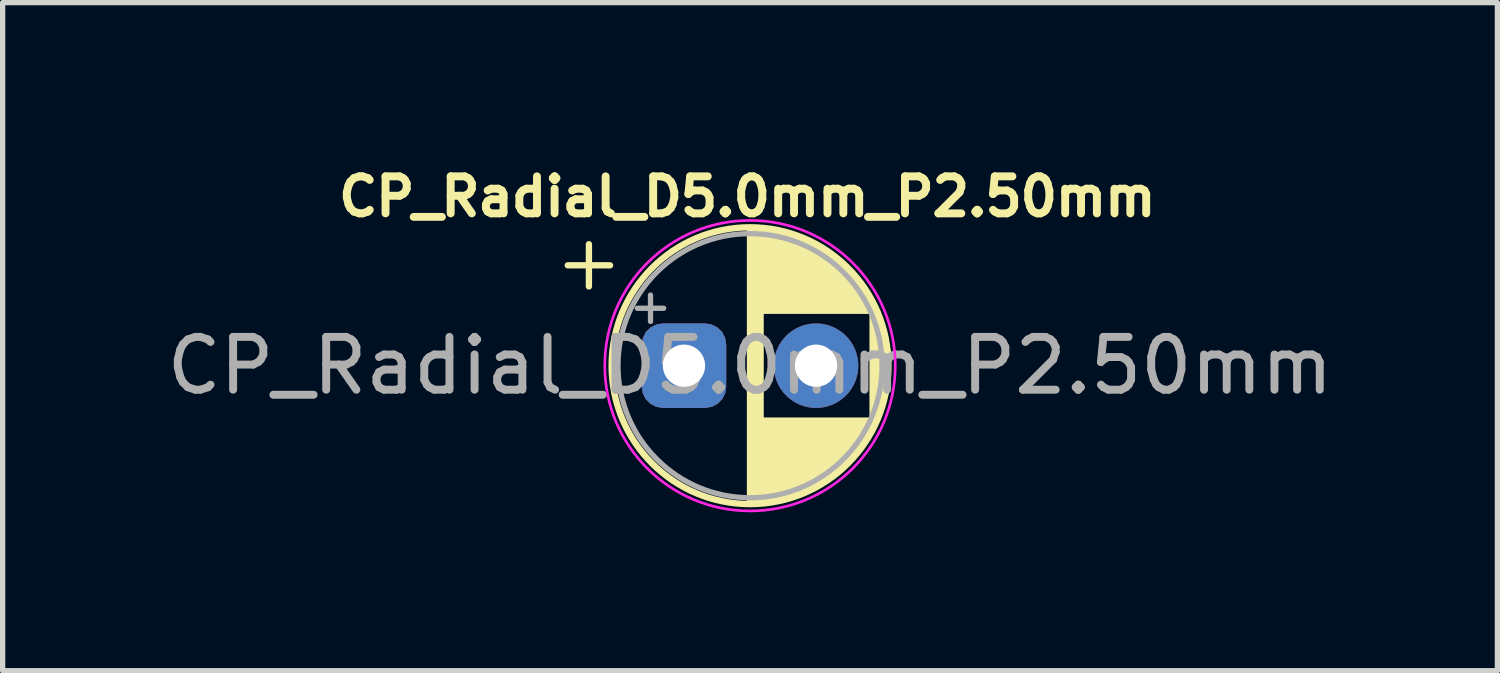
<source format=kicad_pcb>
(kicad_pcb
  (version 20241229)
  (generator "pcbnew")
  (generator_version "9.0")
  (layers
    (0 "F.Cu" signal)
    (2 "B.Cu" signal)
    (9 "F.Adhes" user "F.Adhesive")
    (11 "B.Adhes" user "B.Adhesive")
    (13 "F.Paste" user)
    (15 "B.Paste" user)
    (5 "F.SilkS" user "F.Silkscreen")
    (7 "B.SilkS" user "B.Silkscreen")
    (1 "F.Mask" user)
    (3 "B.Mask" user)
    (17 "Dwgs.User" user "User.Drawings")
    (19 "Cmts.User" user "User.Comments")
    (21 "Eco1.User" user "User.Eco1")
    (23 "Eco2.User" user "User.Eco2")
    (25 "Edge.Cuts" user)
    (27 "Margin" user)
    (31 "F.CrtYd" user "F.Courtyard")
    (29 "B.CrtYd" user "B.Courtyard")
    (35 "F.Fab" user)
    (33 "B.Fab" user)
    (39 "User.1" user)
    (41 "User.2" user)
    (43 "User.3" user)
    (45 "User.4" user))
  (footprint "CP_Radial_D5.0mm_P2.50mm"
    (layer "F.Cu")
    (at 9.899 3.873)
    (property "Reference" "CP_Radial_D5.0mm_P2.50mm" (at 1.2 -3.2 0) (layer "F.SilkS") (effects (font (size 0.7 0.7) (thickness 0.15))))
    (attr through_hole)
    (fp_line (start -2.2 -1.9) (end -1.4 -1.9) (stroke (width 0.12) (type solid)) (layer "F.SilkS"))
    (fp_line (start -1.8 -2.3) (end -1.8 -1.5) (stroke (width 0.12) (type solid)) (layer "F.SilkS"))
    (fp_line (start 1.25 -2.58) (end 1.25 2.58) (stroke (width 0.12) (type solid)) (layer "F.SilkS"))
    (fp_line (start 1.29 -2.58) (end 1.29 2.58) (stroke (width 0.12) (type solid)) (layer "F.SilkS"))
    (fp_line (start 1.33 -2.579) (end 1.33 2.579) (stroke (width 0.12) (type solid)) (layer "F.SilkS"))
    (fp_line (start 1.37 -2.578) (end 1.37 2.578) (stroke (width 0.12) (type solid)) (layer "F.SilkS"))
    (fp_line (start 1.41 -2.576) (end 1.41 2.576) (stroke (width 0.12) (type solid)) (layer "F.SilkS"))
    (fp_line (start 1.45 -2.573) (end 1.45 2.573) (stroke (width 0.12) (type solid)) (layer "F.SilkS"))
    (fp_line (start 1.49 -2.569) (end 1.49 -1.04) (stroke (width 0.12) (type solid)) (layer "F.SilkS"))
    (fp_line (start 1.49 1.04) (end 1.49 2.569) (stroke (width 0.12) (type solid)) (layer "F.SilkS"))
    (fp_line (start 1.53 -2.565) (end 1.53 -1.04) (stroke (width 0.12) (type solid)) (layer "F.SilkS"))
    (fp_line (start 1.53 1.04) (end 1.53 2.565) (stroke (width 0.12) (type solid)) (layer "F.SilkS"))
    (fp_line (start 1.57 -2.561) (end 1.57 -1.04) (stroke (width 0.12) (type solid)) (layer "F.SilkS"))
    (fp_line (start 1.57 1.04) (end 1.57 2.561) (stroke (width 0.12) (type solid)) (layer "F.SilkS"))
    (fp_line (start 1.61 -2.556) (end 1.61 -1.04) (stroke (width 0.12) (type solid)) (layer "F.SilkS"))
    (fp_line (start 1.61 1.04) (end 1.61 2.556) (stroke (width 0.12) (type solid)) (layer "F.SilkS"))
    (fp_line (start 1.65 -2.55) (end 1.65 -1.04) (stroke (width 0.12) (type solid)) (layer "F.SilkS"))
    (fp_line (start 1.65 1.04) (end 1.65 2.55) (stroke (width 0.12) (type solid)) (layer "F.SilkS"))
    (fp_line (start 1.69 -2.543) (end 1.69 -1.04) (stroke (width 0.12) (type solid)) (layer "F.SilkS"))
    (fp_line (start 1.69 1.04) (end 1.69 2.543) (stroke (width 0.12) (type solid)) (layer "F.SilkS"))
    (fp_line (start 1.73 -2.536) (end 1.73 -1.04) (stroke (width 0.12) (type solid)) (layer "F.SilkS"))
    (fp_line (start 1.73 1.04) (end 1.73 2.536) (stroke (width 0.12) (type solid)) (layer "F.SilkS"))
    (fp_line (start 1.77 -2.528) (end 1.77 -1.04) (stroke (width 0.12) (type solid)) (layer "F.SilkS"))
    (fp_line (start 1.77 1.04) (end 1.77 2.528) (stroke (width 0.12) (type solid)) (layer "F.SilkS"))
    (fp_line (start 1.81 -2.52) (end 1.81 -1.04) (stroke (width 0.12) (type solid)) (layer "F.SilkS"))
    (fp_line (start 1.81 1.04) (end 1.81 2.52) (stroke (width 0.12) (type solid)) (layer "F.SilkS"))
    (fp_line (start 1.85 -2.511) (end 1.85 -1.04) (stroke (width 0.12) (type solid)) (layer "F.SilkS"))
    (fp_line (start 1.85 1.04) (end 1.85 2.511) (stroke (width 0.12) (type solid)) (layer "F.SilkS"))
    (fp_line (start 1.89 -2.501) (end 1.89 -1.04) (stroke (width 0.12) (type solid)) (layer "F.SilkS"))
    (fp_line (start 1.89 1.04) (end 1.89 2.501) (stroke (width 0.12) (type solid)) (layer "F.SilkS"))
    (fp_line (start 1.93 -2.491) (end 1.93 -1.04) (stroke (width 0.12) (type solid)) (layer "F.SilkS"))
    (fp_line (start 1.93 1.04) (end 1.93 2.491) (stroke (width 0.12) (type solid)) (layer "F.SilkS"))
    (fp_line (start 1.971 -2.48) (end 1.971 -1.04) (stroke (width 0.12) (type solid)) (layer "F.SilkS"))
    (fp_line (start 1.971 1.04) (end 1.971 2.48) (stroke (width 0.12) (type solid)) (layer "F.SilkS"))
    (fp_line (start 2.011 -2.468) (end 2.011 -1.04) (stroke (width 0.12) (type solid)) (layer "F.SilkS"))
    (fp_line (start 2.011 1.04) (end 2.011 2.468) (stroke (width 0.12) (type solid)) (layer "F.SilkS"))
    (fp_line (start 2.051 -2.455) (end 2.051 -1.04) (stroke (width 0.12) (type solid)) (layer "F.SilkS"))
    (fp_line (start 2.051 1.04) (end 2.051 2.455) (stroke (width 0.12) (type solid)) (layer "F.SilkS"))
    (fp_line (start 2.091 -2.442) (end 2.091 -1.04) (stroke (width 0.12) (type solid)) (layer "F.SilkS"))
    (fp_line (start 2.091 1.04) (end 2.091 2.442) (stroke (width 0.12) (type solid)) (layer "F.SilkS"))
    (fp_line (start 2.131 -2.428) (end 2.131 -1.04) (stroke (width 0.12) (type solid)) (layer "F.SilkS"))
    (fp_line (start 2.131 1.04) (end 2.131 2.428) (stroke (width 0.12) (type solid)) (layer "F.SilkS"))
    (fp_line (start 2.171 -2.414) (end 2.171 -1.04) (stroke (width 0.12) (type solid)) (layer "F.SilkS"))
    (fp_line (start 2.171 1.04) (end 2.171 2.414) (stroke (width 0.12) (type solid)) (layer "F.SilkS"))
    (fp_line (start 2.211 -2.398) (end 2.211 -1.04) (stroke (width 0.12) (type solid)) (layer "F.SilkS"))
    (fp_line (start 2.211 1.04) (end 2.211 2.398) (stroke (width 0.12) (type solid)) (layer "F.SilkS"))
    (fp_line (start 2.251 -2.382) (end 2.251 -1.04) (stroke (width 0.12) (type solid)) (layer "F.SilkS"))
    (fp_line (start 2.251 1.04) (end 2.251 2.382) (stroke (width 0.12) (type solid)) (layer "F.SilkS"))
    (fp_line (start 2.291 -2.365) (end 2.291 -1.04) (stroke (width 0.12) (type solid)) (layer "F.SilkS"))
    (fp_line (start 2.291 1.04) (end 2.291 2.365) (stroke (width 0.12) (type solid)) (layer "F.SilkS"))
    (fp_line (start 2.331 -2.348) (end 2.331 -1.04) (stroke (width 0.12) (type solid)) (layer "F.SilkS"))
    (fp_line (start 2.331 1.04) (end 2.331 2.348) (stroke (width 0.12) (type solid)) (layer "F.SilkS"))
    (fp_line (start 2.371 -2.329) (end 2.371 -1.04) (stroke (width 0.12) (type solid)) (layer "F.SilkS"))
    (fp_line (start 2.371 1.04) (end 2.371 2.329) (stroke (width 0.12) (type solid)) (layer "F.SilkS"))
    (fp_line (start 2.411 -2.31) (end 2.411 -1.04) (stroke (width 0.12) (type solid)) (layer "F.SilkS"))
    (fp_line (start 2.411 1.04) (end 2.411 2.31) (stroke (width 0.12) (type solid)) (layer "F.SilkS"))
    (fp_line (start 2.451 -2.29) (end 2.451 -1.04) (stroke (width 0.12) (type solid)) (layer "F.SilkS"))
    (fp_line (start 2.451 1.04) (end 2.451 2.29) (stroke (width 0.12) (type solid)) (layer "F.SilkS"))
    (fp_line (start 2.491 -2.268) (end 2.491 -1.04) (stroke (width 0.12) (type solid)) (layer "F.SilkS"))
    (fp_line (start 2.491 1.04) (end 2.491 2.268) (stroke (width 0.12) (type solid)) (layer "F.SilkS"))
    (fp_line (start 2.531 -2.247) (end 2.531 -1.04) (stroke (width 0.12) (type solid)) (layer "F.SilkS"))
    (fp_line (start 2.531 1.04) (end 2.531 2.247) (stroke (width 0.12) (type solid)) (layer "F.SilkS"))
    (fp_line (start 2.571 -2.224) (end 2.571 -1.04) (stroke (width 0.12) (type solid)) (layer "F.SilkS"))
    (fp_line (start 2.571 1.04) (end 2.571 2.224) (stroke (width 0.12) (type solid)) (layer "F.SilkS"))
    (fp_line (start 2.611 -2.2) (end 2.611 -1.04) (stroke (width 0.12) (type solid)) (layer "F.SilkS"))
    (fp_line (start 2.611 1.04) (end 2.611 2.2) (stroke (width 0.12) (type solid)) (layer "F.SilkS"))
    (fp_line (start 2.651 -2.175) (end 2.651 -1.04) (stroke (width 0.12) (type solid)) (layer "F.SilkS"))
    (fp_line (start 2.651 1.04) (end 2.651 2.175) (stroke (width 0.12) (type solid)) (layer "F.SilkS"))
    (fp_line (start 2.691 -2.149) (end 2.691 -1.04) (stroke (width 0.12) (type solid)) (layer "F.SilkS"))
    (fp_line (start 2.691 1.04) (end 2.691 2.149) (stroke (width 0.12) (type solid)) (layer "F.SilkS"))
    (fp_line (start 2.731 -2.122) (end 2.731 -1.04) (stroke (width 0.12) (type solid)) (layer "F.SilkS"))
    (fp_line (start 2.731 1.04) (end 2.731 2.122) (stroke (width 0.12) (type solid)) (layer "F.SilkS"))
    (fp_line (start 2.771 -2.095) (end 2.771 -1.04) (stroke (width 0.12) (type solid)) (layer "F.SilkS"))
    (fp_line (start 2.771 1.04) (end 2.771 2.095) (stroke (width 0.12) (type solid)) (layer "F.SilkS"))
    (fp_line (start 2.811 -2.065) (end 2.811 -1.04) (stroke (width 0.12) (type solid)) (layer "F.SilkS"))
    (fp_line (start 2.811 1.04) (end 2.811 2.065) (stroke (width 0.12) (type solid)) (layer "F.SilkS"))
    (fp_line (start 2.851 -2.035) (end 2.851 -1.04) (stroke (width 0.12) (type solid)) (layer "F.SilkS"))
    (fp_line (start 2.851 1.04) (end 2.851 2.035) (stroke (width 0.12) (type solid)) (layer "F.SilkS"))
    (fp_line (start 2.891 -2.004) (end 2.891 -1.04) (stroke (width 0.12) (type solid)) (layer "F.SilkS"))
    (fp_line (start 2.891 1.04) (end 2.891 2.004) (stroke (width 0.12) (type solid)) (layer "F.SilkS"))
    (fp_line (start 2.931 -1.971) (end 2.931 -1.04) (stroke (width 0.12) (type solid)) (layer "F.SilkS"))
    (fp_line (start 2.931 1.04) (end 2.931 1.971) (stroke (width 0.12) (type solid)) (layer "F.SilkS"))
    (fp_line (start 2.971 -1.937) (end 2.971 -1.04) (stroke (width 0.12) (type solid)) (layer "F.SilkS"))
    (fp_line (start 2.971 1.04) (end 2.971 1.937) (stroke (width 0.12) (type solid)) (layer "F.SilkS"))
    (fp_line (start 3.011 -1.901) (end 3.011 -1.04) (stroke (width 0.12) (type solid)) (layer "F.SilkS"))
    (fp_line (start 3.011 1.04) (end 3.011 1.901) (stroke (width 0.12) (type solid)) (layer "F.SilkS"))
    (fp_line (start 3.051 -1.864) (end 3.051 -1.04) (stroke (width 0.12) (type solid)) (layer "F.SilkS"))
    (fp_line (start 3.051 1.04) (end 3.051 1.864) (stroke (width 0.12) (type solid)) (layer "F.SilkS"))
    (fp_line (start 3.091 -1.826) (end 3.091 -1.04) (stroke (width 0.12) (type solid)) (layer "F.SilkS"))
    (fp_line (start 3.091 1.04) (end 3.091 1.826) (stroke (width 0.12) (type solid)) (layer "F.SilkS"))
    (fp_line (start 3.131 -1.785) (end 3.131 -1.04) (stroke (width 0.12) (type solid)) (layer "F.SilkS"))
    (fp_line (start 3.131 1.04) (end 3.131 1.785) (stroke (width 0.12) (type solid)) (layer "F.SilkS"))
    (fp_line (start 3.171 -1.743) (end 3.171 -1.04) (stroke (width 0.12) (type solid)) (layer "F.SilkS"))
    (fp_line (start 3.171 1.04) (end 3.171 1.743) (stroke (width 0.12) (type solid)) (layer "F.SilkS"))
    (fp_line (start 3.211 -1.699) (end 3.211 -1.04) (stroke (width 0.12) (type solid)) (layer "F.SilkS"))
    (fp_line (start 3.211 1.04) (end 3.211 1.699) (stroke (width 0.12) (type solid)) (layer "F.SilkS"))
    (fp_line (start 3.251 -1.653) (end 3.251 -1.04) (stroke (width 0.12) (type solid)) (layer "F.SilkS"))
    (fp_line (start 3.251 1.04) (end 3.251 1.653) (stroke (width 0.12) (type solid)) (layer "F.SilkS"))
    (fp_line (start 3.291 -1.605) (end 3.291 -1.04) (stroke (width 0.12) (type solid)) (layer "F.SilkS"))
    (fp_line (start 3.291 1.04) (end 3.291 1.605) (stroke (width 0.12) (type solid)) (layer "F.SilkS"))
    (fp_line (start 3.331 -1.554) (end 3.331 -1.04) (stroke (width 0.12) (type solid)) (layer "F.SilkS"))
    (fp_line (start 3.331 1.04) (end 3.331 1.554) (stroke (width 0.12) (type solid)) (layer "F.SilkS"))
    (fp_line (start 3.371 -1.5) (end 3.371 -1.04) (stroke (width 0.12) (type solid)) (layer "F.SilkS"))
    (fp_line (start 3.371 1.04) (end 3.371 1.5) (stroke (width 0.12) (type solid)) (layer "F.SilkS"))
    (fp_line (start 3.411 -1.443) (end 3.411 -1.04) (stroke (width 0.12) (type solid)) (layer "F.SilkS"))
    (fp_line (start 3.411 1.04) (end 3.411 1.443) (stroke (width 0.12) (type solid)) (layer "F.SilkS"))
    (fp_line (start 3.451 -1.383) (end 3.451 -1.04) (stroke (width 0.12) (type solid)) (layer "F.SilkS"))
    (fp_line (start 3.451 1.04) (end 3.451 1.383) (stroke (width 0.12) (type solid)) (layer "F.SilkS"))
    (fp_line (start 3.491 -1.319) (end 3.491 -1.04) (stroke (width 0.12) (type solid)) (layer "F.SilkS"))
    (fp_line (start 3.491 1.04) (end 3.491 1.319) (stroke (width 0.12) (type solid)) (layer "F.SilkS"))
    (fp_line (start 3.531 -1.251) (end 3.531 -1.04) (stroke (width 0.12) (type solid)) (layer "F.SilkS"))
    (fp_line (start 3.531 1.04) (end 3.531 1.251) (stroke (width 0.12) (type solid)) (layer "F.SilkS"))
    (fp_line (start 3.571 -1.178) (end 3.571 1.178) (stroke (width 0.12) (type solid)) (layer "F.SilkS"))
    (fp_line (start 3.611 -1.098) (end 3.611 1.098) (stroke (width 0.12) (type solid)) (layer "F.SilkS"))
    (fp_line (start 3.651 -1.011) (end 3.651 1.011) (stroke (width 0.12) (type solid)) (layer "F.SilkS"))
    (fp_line (start 3.691 -0.915) (end 3.691 0.915) (stroke (width 0.12) (type solid)) (layer "F.SilkS"))
    (fp_line (start 3.731 -0.805) (end 3.731 0.805) (stroke (width 0.12) (type solid)) (layer "F.SilkS"))
    (fp_line (start 3.771 -0.677) (end 3.771 0.677) (stroke (width 0.12) (type solid)) (layer "F.SilkS"))
    (fp_line (start 3.811 -0.518) (end 3.811 0.518) (stroke (width 0.12) (type solid)) (layer "F.SilkS"))
    (fp_line (start 3.851 -0.284) (end 3.851 0.284) (stroke (width 0.12) (type solid)) (layer "F.SilkS"))
    (fp_circle (center 1.25 0) (end 3.87 0) (stroke (width 0.12) (type solid)) (fill no) (layer "F.SilkS"))
    (fp_circle (center 1.25 0) (end 4 0) (stroke (width 0.05) (type solid)) (fill no) (layer "F.CrtYd"))
    (fp_line (start -0.884 -1.087) (end -0.384 -1.087) (stroke (width 0.1) (type solid)) (layer "F.Fab"))
    (fp_line (start -0.634 -1.337) (end -0.634 -0.838) (stroke (width 0.1) (type solid)) (layer "F.Fab"))
    (fp_circle (center 1.25 0) (end 3.75 0) (stroke (width 0.1) (type solid)) (fill no) (layer "F.Fab"))
    (fp_text user "${REFERENCE}" (at 1.25 0 0) (layer "F.Fab") (effects (font (size 1 1) (thickness 0.15))))
    (pad "1" thru_hole roundrect (at 0 0) (size 1.6 1.6) (drill 0.8) (layers "*.Cu" "*.Mask") (roundrect_rratio 0.25))
    (pad "2" thru_hole circle (at 2.5 0) (size 1.6 1.6) (drill 0.8) (layers "*.Cu" "*.Mask")))
  (gr_rect
    (start -3 -3)
    (end 25.298 9.648)
    (stroke (width 0.1) (type default))
    (fill no)
    (layer "Edge.Cuts")))
</source>
